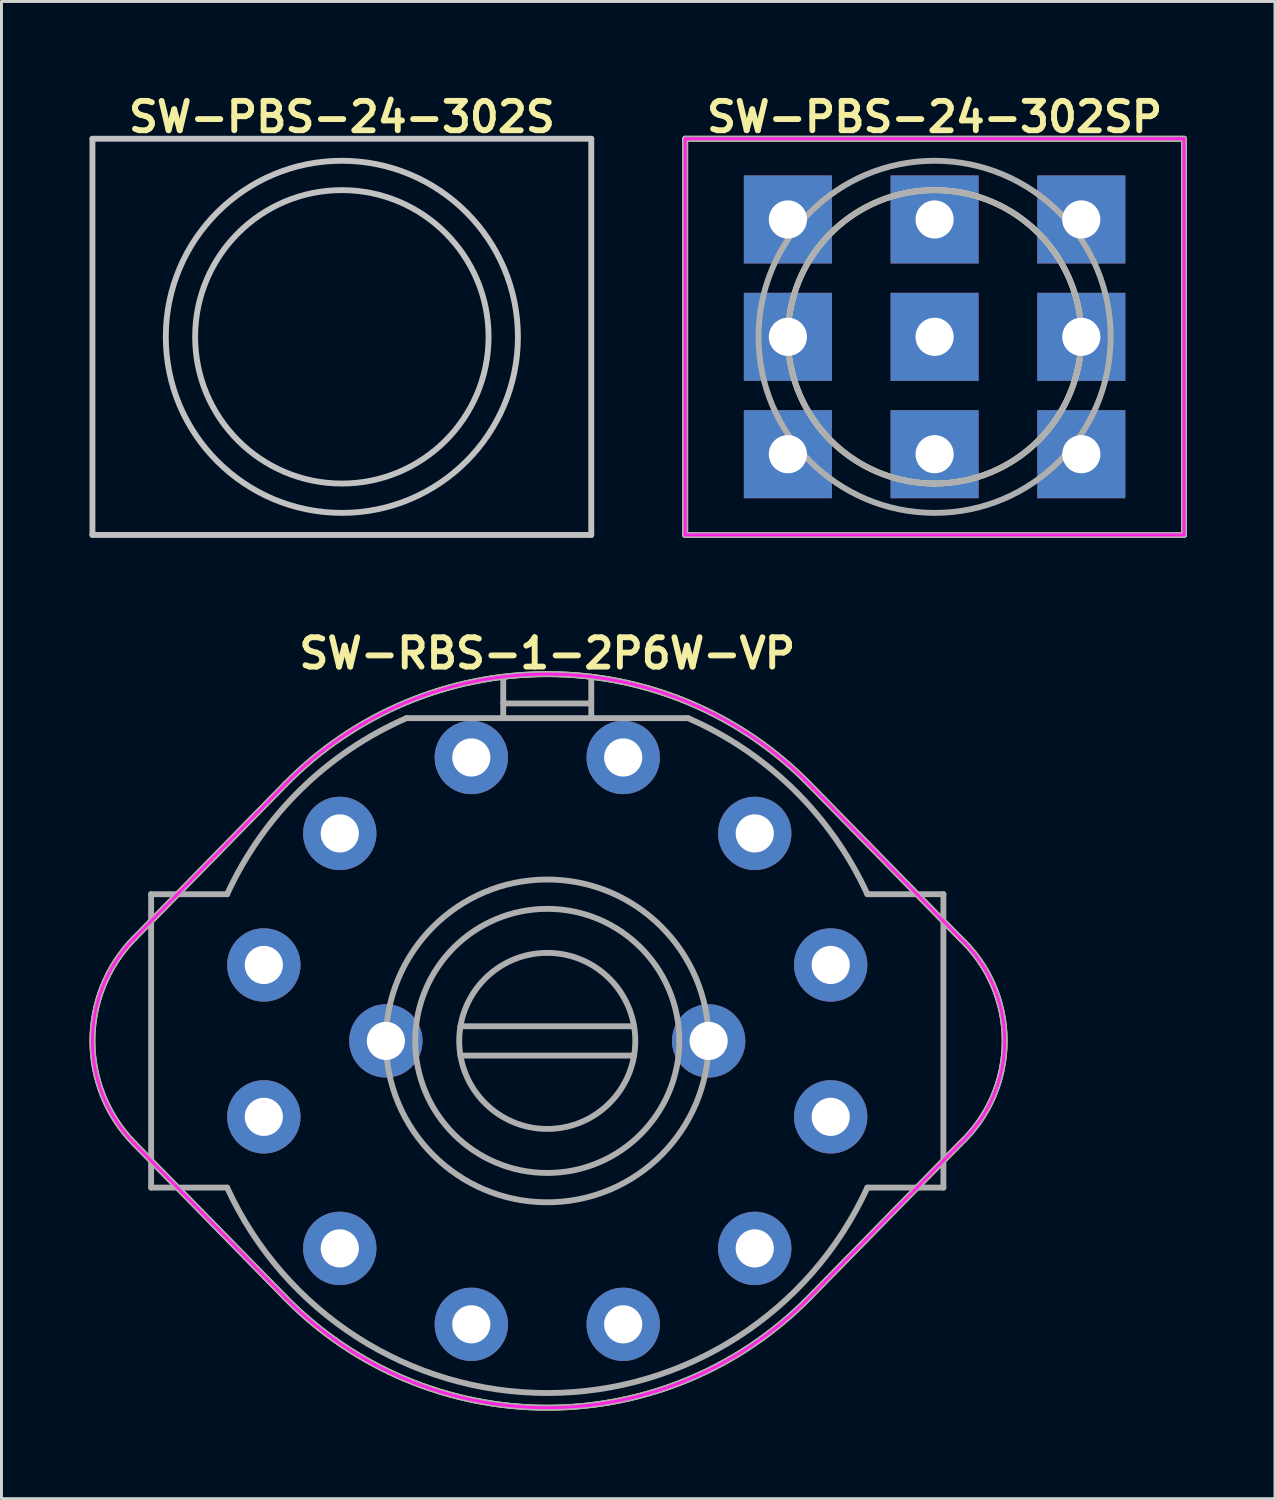
<source format=kicad_pcb>
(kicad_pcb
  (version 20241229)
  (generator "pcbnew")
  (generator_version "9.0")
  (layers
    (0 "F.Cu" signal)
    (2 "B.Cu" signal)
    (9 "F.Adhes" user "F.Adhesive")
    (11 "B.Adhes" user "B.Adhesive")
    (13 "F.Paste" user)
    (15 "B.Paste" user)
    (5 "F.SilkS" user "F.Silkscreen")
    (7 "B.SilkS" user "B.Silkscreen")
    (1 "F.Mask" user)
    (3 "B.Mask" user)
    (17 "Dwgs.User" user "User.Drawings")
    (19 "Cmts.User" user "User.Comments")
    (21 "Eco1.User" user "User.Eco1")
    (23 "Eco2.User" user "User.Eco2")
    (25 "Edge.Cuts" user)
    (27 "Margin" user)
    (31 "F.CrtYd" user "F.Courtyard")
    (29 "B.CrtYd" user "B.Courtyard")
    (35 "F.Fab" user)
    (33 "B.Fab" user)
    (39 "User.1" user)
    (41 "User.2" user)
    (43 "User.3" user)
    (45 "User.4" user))
  (footprint "SW-PBS-24-302S"
    (layer "F.Cu")
    (at 8.6 8.429)
    (property "Reference" "SW-PBS-24-302S" (at 0 -7.493 0) (layer "F.SilkS") (effects (font (size 1 1) (thickness 0.2))))
    (attr through_hole)
    (fp_line (start -8.5 -6.75) (end -8.5 6.75) (stroke (width 0.2) (type solid)) (layer "Dwgs.User"))
    (fp_line (start -8.5 -6.75) (end 8.5 -6.75) (stroke (width 0.2) (type solid)) (layer "Dwgs.User"))
    (fp_line (start -8.5 6.75) (end 8.5 6.75) (stroke (width 0.2) (type solid)) (layer "Dwgs.User"))
    (fp_line (start 8.5 -6.75) (end 8.5 6.75) (stroke (width 0.2) (type solid)) (layer "Dwgs.User"))
    (fp_circle (center 0 0) (end 5 0) (stroke (width 0.2) (type solid)) (fill no) (layer "Dwgs.User"))
    (fp_circle (center 0 0) (end 6 0) (stroke (width 0.2) (type solid)) (fill no) (layer "Dwgs.User"))
    (fp_circle (center 0 0) (end 6.5 0) (stroke (width 0.4) (type solid)) (fill no) (layer "Eco1.User")))
  (footprint "SW-PBS-24-302SP"
    (layer "F.Cu")
    (at 28.8 8.429)
    (property "Reference" "SW-PBS-24-302SP" (at 0 -7.493 0) (layer "F.SilkS") (effects (font (size 1 1) (thickness 0.2))))
    (attr through_hole)
    (fp_line (start -8.5 -6.75) (end -8.5 6.75) (stroke (width 0.2) (type solid)) (layer "F.SilkS"))
    (fp_line (start -8.5 -6.75) (end 8.5 -6.75) (stroke (width 0.2) (type solid)) (layer "F.SilkS"))
    (fp_line (start -8.5 6.75) (end 8.5 6.75) (stroke (width 0.2) (type solid)) (layer "F.SilkS"))
    (fp_line (start 8.5 -6.75) (end 8.5 6.75) (stroke (width 0.2) (type solid)) (layer "F.SilkS"))
    (fp_arc (start -4.941858 -0.760286) (mid -3.255654 -3.794827) (end 0 -5) (stroke (width 0.2) (type solid)) (layer "F.SilkS"))
    (fp_arc (start 0 -5) (mid 3.257183 -3.793516) (end 4.942469 -0.756304) (stroke (width 0.2) (type solid)) (layer "F.SilkS"))
    (fp_arc (start 0 5) (mid -3.255654 3.794827) (end -4.941858 0.760286) (stroke (width 0.2) (type solid)) (layer "F.SilkS"))
    (fp_arc (start 4.942469 0.756304) (mid 3.257183 3.793515) (end 0 5) (stroke (width 0.2) (type solid)) (layer "F.SilkS"))
    (fp_circle (center 0 0) (end 6.5 0) (stroke (width 0.4) (type solid)) (fill no) (layer "Eco1.User"))
    (fp_line (start -8.5 -6.75) (end -8.5 6.75) (stroke (width 0.1) (type solid)) (layer "F.CrtYd"))
    (fp_line (start -8.5 -6.75) (end 8.5 -6.75) (stroke (width 0.1) (type solid)) (layer "F.CrtYd"))
    (fp_line (start -8.5 6.75) (end 8.5 6.75) (stroke (width 0.1) (type solid)) (layer "F.CrtYd"))
    (fp_line (start 8.5 -6.75) (end 8.5 6.75) (stroke (width 0.1) (type solid)) (layer "F.CrtYd"))
    (fp_line (start -8.5 -6.75) (end -8.5 6.75) (stroke (width 0.2) (type solid)) (layer "F.Fab"))
    (fp_line (start -8.5 -6.75) (end 8.5 -6.75) (stroke (width 0.2) (type solid)) (layer "F.Fab"))
    (fp_line (start -8.5 6.75) (end 8.5 6.75) (stroke (width 0.2) (type solid)) (layer "F.Fab"))
    (fp_line (start 8.5 -6.75) (end 8.5 6.75) (stroke (width 0.2) (type solid)) (layer "F.Fab"))
    (fp_circle (center 0 0) (end 5 0) (stroke (width 0.2) (type solid)) (fill no) (layer "F.Fab"))
    (fp_circle (center 0 0) (end 6 0) (stroke (width 0.2) (type solid)) (fill no) (layer "F.Fab"))
    (pad "COM1" thru_hole rect (at -5 0) (size 3 3) (drill 1.3) (layers "B.Cu" "B.Mask"))
    (pad "COM2" thru_hole rect (at 0 0) (size 3 3) (drill 1.3) (layers "B.Cu" "B.Mask"))
    (pad "COM3" thru_hole rect (at 5 0) (size 3 3) (drill 1.3) (layers "B.Cu" "B.Mask"))
    (pad "NC1" thru_hole rect (at -5 4) (size 3 3) (drill 1.3) (layers "B.Cu" "B.Mask"))
    (pad "NC2" thru_hole rect (at 0 4) (size 3 3) (drill 1.3) (layers "B.Cu" "B.Mask"))
    (pad "NC3" thru_hole rect (at 5 4) (size 3 3) (drill 1.3) (layers "B.Cu" "B.Mask"))
    (pad "NO1" thru_hole rect (at -5 -4) (size 3 3) (drill 1.3) (layers "B.Cu" "B.Mask"))
    (pad "NO2" thru_hole rect (at 0 -4) (size 3 3) (drill 1.3) (layers "B.Cu" "B.Mask"))
    (pad "NO3" thru_hole rect (at 5 -4) (size 3 3) (drill 1.3) (layers "B.Cu" "B.Mask")))
  (footprint "SW-RBS-1-2P6W-VP"
    (layer "F.Cu")
    (at 15.6 32.423)
    (property "Reference" "SW-RBS-1-2P6W-VP" (at 0 -13.208 0) (layer "F.SilkS") (effects (font (size 1 1) (thickness 0.2))))
    (attr through_hole)
    (fp_line (start -14.071 -3.499) (end -8.929 -8.748) (stroke (width 0.2) (type solid)) (layer "F.SilkS"))
    (fp_line (start -14.071 3.499) (end -8.929 8.748) (stroke (width 0.2) (type solid)) (layer "F.SilkS"))
    (fp_line (start 8.929 -8.748) (end 14.071 -3.499) (stroke (width 0.2) (type solid)) (layer "F.SilkS"))
    (fp_line (start 8.929 8.748) (end 14.071 3.499) (stroke (width 0.2) (type solid)) (layer "F.SilkS"))
    (fp_arc (start -14.073297 3.497362) (mid -15.499999 -0.001335) (end -14.071428 -3.49927) (stroke (width 0.2) (type solid)) (layer "F.SilkS"))
    (fp_arc (start -8.933244 -8.743404) (mid -0.00334 -12.499998) (end 8.92857 -8.748177) (stroke (width 0.2) (type solid)) (layer "F.SilkS"))
    (fp_arc (start 8.933244 8.743404) (mid 0.00334 12.499998) (end -8.92857 8.748177) (stroke (width 0.2) (type solid)) (layer "F.SilkS"))
    (fp_arc (start 14.069435 -3.501135) (mid 15.588732 -0.001365) (end 14.071428 3.49927) (stroke (width 0.2) (type solid)) (layer "F.SilkS"))
    (fp_line (start -14.071 -3.499) (end -8.929 -8.748) (stroke (width 0.1) (type solid)) (layer "F.CrtYd"))
    (fp_line (start -14.071 3.499) (end -8.929 8.748) (stroke (width 0.1) (type solid)) (layer "F.CrtYd"))
    (fp_line (start 8.929 -8.748) (end 14.071 -3.499) (stroke (width 0.1) (type solid)) (layer "F.CrtYd"))
    (fp_line (start 8.929 8.748) (end 14.071 3.499) (stroke (width 0.1) (type solid)) (layer "F.CrtYd"))
    (fp_arc (start -14.073297 3.497362) (mid -15.499999 -0.001335) (end -14.071428 -3.49927) (stroke (width 0.1) (type solid)) (layer "F.CrtYd"))
    (fp_arc (start -8.933244 -8.743404) (mid -0.00334 -12.499998) (end 8.92857 -8.748177) (stroke (width 0.1) (type solid)) (layer "F.CrtYd"))
    (fp_arc (start 8.933244 8.743404) (mid 0.00334 12.499998) (end -8.92857 8.748177) (stroke (width 0.1) (type solid)) (layer "F.CrtYd"))
    (fp_arc (start 14.069435 -3.501135) (mid 15.588732 -0.001365) (end 14.071428 3.49927) (stroke (width 0.1) (type solid)) (layer "F.CrtYd"))
    (fp_line (start -14.071 -3.499) (end -8.929 -8.748) (stroke (width 0.2) (type solid)) (layer "F.Fab"))
    (fp_line (start -14.071 3.499) (end -8.929 8.748) (stroke (width 0.2) (type solid)) (layer "F.Fab"))
    (fp_line (start -13.5 -5) (end -13.5 5) (stroke (width 0.2) (type solid)) (layer "F.Fab"))
    (fp_line (start -13.5 -5) (end -10.909 -5) (stroke (width 0.2) (type solid)) (layer "F.Fab"))
    (fp_line (start -13.5 5) (end -10.909 5) (stroke (width 0.2) (type solid)) (layer "F.Fab"))
    (fp_line (start -4.796 -11) (end 4.796 -11) (stroke (width 0.2) (type solid)) (layer "F.Fab"))
    (fp_line (start -2.958 -0.5) (end 2.958 -0.5) (stroke (width 0.2) (type solid)) (layer "F.Fab"))
    (fp_line (start -2.958 0.5) (end 2.958 0.5) (stroke (width 0.2) (type solid)) (layer "F.Fab"))
    (fp_line (start -1.5 -12.41) (end -1.5 -11) (stroke (width 0.2) (type solid)) (layer "F.Fab"))
    (fp_line (start -1.5 -11.5) (end 1.5 -11.5) (stroke (width 0.2) (type solid)) (layer "F.Fab"))
    (fp_line (start 1.5 -12.41) (end 1.5 -11) (stroke (width 0.2) (type solid)) (layer "F.Fab"))
    (fp_line (start 8.929 -8.748) (end 14.071 -3.499) (stroke (width 0.2) (type solid)) (layer "F.Fab"))
    (fp_line (start 8.929 8.748) (end 14.071 3.499) (stroke (width 0.2) (type solid)) (layer "F.Fab"))
    (fp_line (start 10.909 -5) (end 13.5 -5) (stroke (width 0.2) (type solid)) (layer "F.Fab"))
    (fp_line (start 10.909 5) (end 13.5 5) (stroke (width 0.2) (type solid)) (layer "F.Fab"))
    (fp_line (start 13.5 -5) (end 13.5 5) (stroke (width 0.2) (type solid)) (layer "F.Fab"))
    (fp_arc (start -14.073297 3.497362) (mid -15.499999 -0.001335) (end -14.071428 -3.49927) (stroke (width 0.2) (type solid)) (layer "F.Fab"))
    (fp_arc (start -10.908711 -5) (mid -8.405841 -8.563984) (end -4.795831 -10.999999) (stroke (width 0.2) (type solid)) (layer "F.Fab"))
    (fp_arc (start -8.933244 -8.743404) (mid -0.00334 -12.499998) (end 8.92857 -8.748177) (stroke (width 0.2) (type solid)) (layer "F.Fab"))
    (fp_arc (start 4.795832 -10.999998) (mid 8.405841 -8.563983) (end 10.908711 -4.999999) (stroke (width 0.2) (type solid)) (layer "F.Fab"))
    (fp_arc (start 8.933244 8.743404) (mid 0.00334 12.499998) (end -8.92857 8.748177) (stroke (width 0.2) (type solid)) (layer "F.Fab"))
    (fp_arc (start 10.908711 5) (mid 0 11.999999) (end -10.908711 4.999999) (stroke (width 0.2) (type solid)) (layer "F.Fab"))
    (fp_arc (start 14.069435 -3.501135) (mid 15.588732 -0.001365) (end 14.071428 3.49927) (stroke (width 0.2) (type solid)) (layer "F.Fab"))
    (fp_circle (center 0 0) (end 3 0) (stroke (width 0.2) (type solid)) (fill no) (layer "F.Fab"))
    (fp_circle (center 0 0) (end 4.5 0) (stroke (width 0.2) (type solid)) (fill no) (layer "F.Fab"))
    (fp_circle (center 0 0) (end 5.5 0) (stroke (width 0.2) (type solid)) (fill no) (layer "F.Fab"))
    (pad "1-1" thru_hole circle (at -2.588 9.659) (size 2.5 2.5) (drill 1.3) (layers "B.Cu" "B.Mask"))
    (pad "1-2" thru_hole circle (at -7.071 7.071) (size 2.5 2.5) (drill 1.3) (layers "B.Cu" "B.Mask"))
    (pad "1-3" thru_hole circle (at -9.659 2.588) (size 2.5 2.5) (drill 1.3) (layers "B.Cu" "B.Mask"))
    (pad "1-4" thru_hole circle (at -9.659 -2.588) (size 2.5 2.5) (drill 1.3) (layers "B.Cu" "B.Mask"))
    (pad "1-5" thru_hole circle (at -7.071 -7.071) (size 2.5 2.5) (drill 1.3) (layers "B.Cu" "B.Mask"))
    (pad "1-6" thru_hole circle (at -2.588 -9.659) (size 2.5 2.5) (drill 1.3) (layers "B.Cu" "B.Mask"))
    (pad "2-1" thru_hole circle (at 2.588 -9.659) (size 2.5 2.5) (drill 1.3) (layers "B.Cu" "B.Mask"))
    (pad "2-2" thru_hole circle (at 7.071 -7.071) (size 2.5 2.5) (drill 1.3) (layers "B.Cu" "B.Mask"))
    (pad "2-3" thru_hole circle (at 9.659 -2.588) (size 2.5 2.5) (drill 1.3) (layers "B.Cu" "B.Mask"))
    (pad "2-4" thru_hole circle (at 9.659 2.588) (size 2.5 2.5) (drill 1.3) (layers "B.Cu" "B.Mask"))
    (pad "2-5" thru_hole circle (at 7.071 7.071) (size 2.5 2.5) (drill 1.3) (layers "B.Cu" "B.Mask"))
    (pad "2-6" thru_hole circle (at 2.588 9.659) (size 2.5 2.5) (drill 1.3) (layers "B.Cu" "B.Mask"))
    (pad "COM1" thru_hole circle (at -5.5 0) (size 2.5 2.5) (drill 1.3) (layers "B.Cu" "B.Mask"))
    (pad "COM2" thru_hole circle (at 5.5 0) (size 2.5 2.5) (drill 1.3) (layers "B.Cu" "B.Mask")))
  (gr_rect
    (start -3 -3)
    (end 40.4 48.023)
    (stroke (width 0.1) (type default))
    (fill no)
    (layer "Edge.Cuts")))
</source>
